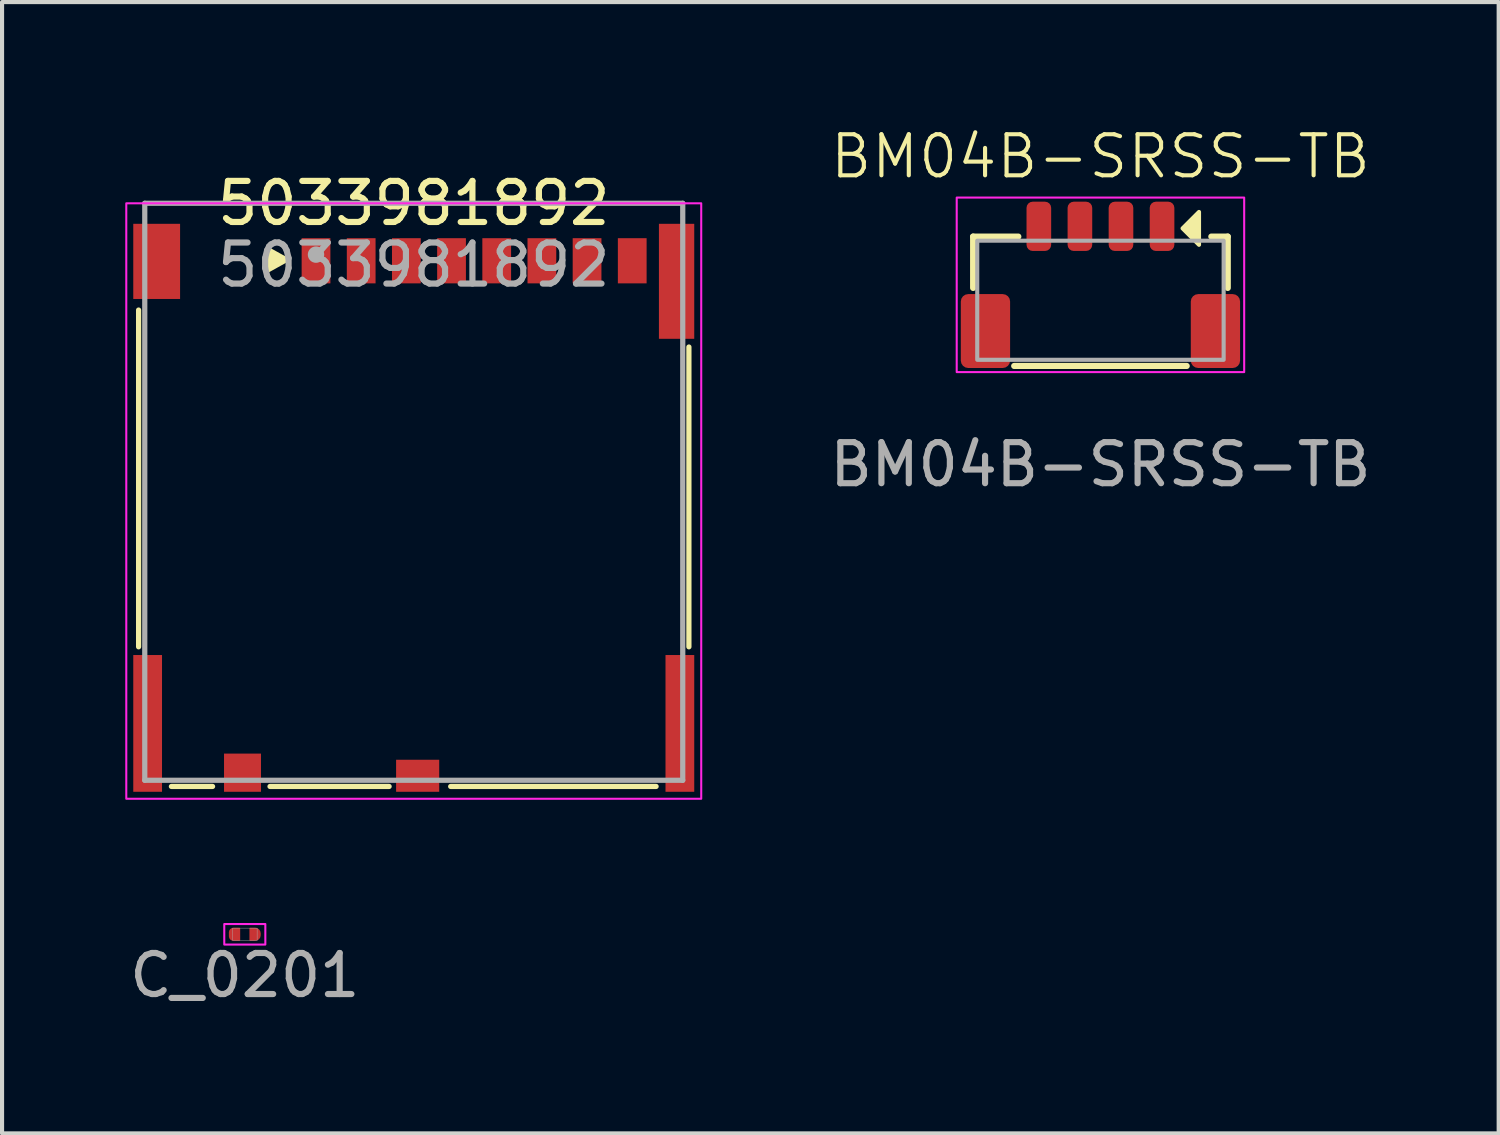
<source format=kicad_pcb>
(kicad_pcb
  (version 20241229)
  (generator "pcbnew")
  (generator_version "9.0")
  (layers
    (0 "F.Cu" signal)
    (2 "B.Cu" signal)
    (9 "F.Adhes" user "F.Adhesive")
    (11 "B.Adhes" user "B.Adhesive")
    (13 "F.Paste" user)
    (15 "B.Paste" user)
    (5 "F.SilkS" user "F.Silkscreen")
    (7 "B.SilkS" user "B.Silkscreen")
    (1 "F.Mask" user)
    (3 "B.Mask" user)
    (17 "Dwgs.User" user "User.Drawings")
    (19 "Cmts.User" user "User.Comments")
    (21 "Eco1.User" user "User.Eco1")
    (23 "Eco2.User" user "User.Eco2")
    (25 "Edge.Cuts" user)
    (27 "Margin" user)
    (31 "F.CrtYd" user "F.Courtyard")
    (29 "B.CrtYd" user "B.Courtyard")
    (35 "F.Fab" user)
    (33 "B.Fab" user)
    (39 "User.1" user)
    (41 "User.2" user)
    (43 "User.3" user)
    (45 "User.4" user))
  (footprint "C_0201"
    (layer "F.Cu")
    (at 2.911 19.7)
    (property "Reference" "C_0201" (at 0 1 0) (unlocked yes) (layer "F.SilkS") (effects (font (size 1 1) (thickness 0.1))))
    (attr smd)
    (fp_rect (start -0.5 -0.25) (end 0.5 0.25) (stroke (width 0.05) (type default)) (fill no) (layer "F.CrtYd"))
    (fp_rect (start -0.3 -0.15) (end 0.3 0.15) (stroke (width 0.01) (type solid)) (fill no) (layer "F.Fab"))
    (fp_text user "${REFERENCE}" (at 0 1 0) (unlocked yes) (layer "F.Fab") (effects (font (size 1 1) (thickness 0.15))))
    (pad "1" smd roundrect (at -0.25 0) (size 0.275 0.32) (layers "F.Cu" "F.Mask" "F.Paste") (roundrect_rratio 0.4) (chamfer_ratio 0.05) (chamfer top_right bottom_right))
    (pad "2" smd roundrect (at 0.25 0 180) (size 0.275 0.32) (layers "F.Cu" "F.Mask" "F.Paste") (roundrect_rratio 0.5) (chamfer_ratio 0.05) (chamfer top_right bottom_right)))
  (footprint "BM04B-SRSS-TB"
    (layer "F.Cu")
    (at 23.746 4.261)
    (property "Reference" "BM04B-SRSS-TB" (at 0 -3.5 0) (unlocked yes) (layer "F.SilkS") (effects (font (size 1 1) (thickness 0.1))))
    (attr smd)
    (fp_line (start -3.1 -1.55) (end -3.1 -0.3) (stroke (width 0.15) (type default)) (layer "F.SilkS"))
    (fp_line (start -2.1 1.6) (end 2.1 1.6) (stroke (width 0.15) (type default)) (layer "F.SilkS"))
    (fp_line (start -2 -1.55) (end -3.1 -1.55) (stroke (width 0.15) (type default)) (layer "F.SilkS"))
    (fp_line (start 2.7 -1.55) (end 3.1 -1.55) (stroke (width 0.15) (type default)) (layer "F.SilkS"))
    (fp_line (start 3.1 -1.55) (end 3.1 -0.3) (stroke (width 0.15) (type default)) (layer "F.SilkS"))
    (fp_poly (pts (xy 2.4 -2.15) (xy 2 -1.75) (xy 2.4 -1.35)) (stroke (width 0.1) (type solid)) (fill yes) (layer "F.SilkS"))
    (fp_rect (start -3.5 -2.5) (end 3.5 1.75) (stroke (width 0.05) (type default)) (fill no) (layer "F.CrtYd"))
    (fp_rect (start -3 -1.45) (end 3 1.45) (stroke (width 0.1) (type default)) (fill no) (layer "F.Fab"))
    (fp_text user "${REFERENCE}" (at 0 4 0) (unlocked yes) (layer "F.Fab") (effects (font (size 1 1) (thickness 0.15))))
    (pad "1" smd roundrect (at 1.5 -1.8) (size 0.6 1.2) (layers "F.Cu" "F.Mask" "F.Paste") (roundrect_rratio 0.25))
    (pad "2" smd roundrect (at 0.5 -1.8) (size 0.6 1.2) (layers "F.Cu" "F.Mask" "F.Paste") (roundrect_rratio 0.25))
    (pad "3" smd roundrect (at -0.5 -1.8) (size 0.6 1.2) (layers "F.Cu" "F.Mask" "F.Paste") (roundrect_rratio 0.25))
    (pad "4" smd roundrect (at -1.5 -1.8) (size 0.6 1.2) (layers "F.Cu" "F.Mask" "F.Paste") (roundrect_rratio 0.25))
    (pad "MP" smd roundrect (at -2.8 0.75) (size 1.2 1.8) (layers "F.Cu" "F.Mask" "F.Paste") (roundrect_rratio 0.15))
    (pad "MP" smd roundrect (at 2.8 0.75) (size 1.2 1.8) (layers "F.Cu" "F.Mask" "F.Paste") (roundrect_rratio 0.15)))
  (footprint "5033981892"
    (layer "F.Cu")
    (at 7.025 1.9)
    (property "Reference" "5033981892" (at 0 0 0) (layer "F.SilkS") (effects (font (size 1 1) (thickness 0.15))))
    (attr smd)
    (fp_line (start -6.7 2.6) (end -6.7 10.8) (stroke (width 0.127) (type solid)) (layer "F.SilkS"))
    (fp_line (start -5.901 14.2) (end -4.899 14.2) (stroke (width 0.127) (type solid)) (layer "F.SilkS"))
    (fp_line (start -3.5 14.2) (end -0.6 14.2) (stroke (width 0.127) (type solid)) (layer "F.SilkS"))
    (fp_line (start 0.899 14.2) (end 5.901 14.2) (stroke (width 0.127) (type solid)) (layer "F.SilkS"))
    (fp_line (start 6.7 10.8) (end 6.7 3.5) (stroke (width 0.127) (type solid)) (layer "F.SilkS"))
    (fp_poly (pts (xy -3.1 1.375) (xy -3.55 1.625) (xy -3.55 1.125)) (stroke (width 0.12) (type solid)) (fill yes) (layer "F.SilkS"))
    (fp_rect (start -7 0) (end 7 14.5) (stroke (width 0.05) (type default)) (fill no) (layer "F.CrtYd"))
    (fp_line (start -6.55 0) (end 6.55 0) (stroke (width 0.127) (type solid)) (layer "F.Fab"))
    (fp_line (start -6.55 14.05) (end -6.55 0) (stroke (width 0.127) (type solid)) (layer "F.Fab"))
    (fp_line (start 6.55 0) (end 6.55 14.05) (stroke (width 0.127) (type solid)) (layer "F.Fab"))
    (fp_line (start 6.55 14.05) (end -6.55 14.05) (stroke (width 0.127) (type solid)) (layer "F.Fab"))
    (fp_circle (center -2.38 1.25) (end -2.28 1.25) (stroke (width 0.2) (type solid)) (fill no) (layer "F.Fab"))
    (fp_rect (start 6.55 0) (end -4.5 -1.85) (stroke (width 0.1) (type solid)) (fill no) (layer "User.2"))
    (fp_text user "${REFERENCE}" (at 0 1.5 0) (layer "F.Fab") (effects (font (size 1 1) (thickness 0.15))))
    (pad "1" smd rect (at -2.38 1.4) (size 0.7 1.1) (layers "F.Cu" "F.Mask" "F.Paste"))
    (pad "2" smd rect (at -1.28 1.4) (size 0.7 1.1) (layers "F.Cu" "F.Mask" "F.Paste"))
    (pad "3" smd rect (at -0.18 1.4) (size 0.7 1.1) (layers "F.Cu" "F.Mask" "F.Paste"))
    (pad "4" smd rect (at 0.92 1.4) (size 0.7 1.1) (layers "F.Cu" "F.Mask" "F.Paste"))
    (pad "5" smd rect (at 2.02 1.4) (size 0.7 1.1) (layers "F.Cu" "F.Mask" "F.Paste"))
    (pad "6" smd rect (at 3.12 1.4) (size 0.7 1.1) (layers "F.Cu" "F.Mask" "F.Paste"))
    (pad "7" smd rect (at 4.22 1.4) (size 0.7 1.1) (layers "F.Cu" "F.Mask" "F.Paste"))
    (pad "8" smd rect (at 5.32 1.4) (size 0.7 1.1) (layers "F.Cu" "F.Mask" "F.Paste"))
    (pad "9" smd rect (at -4.17 13.865) (size 0.9 0.93) (layers "F.Cu" "F.Mask" "F.Paste"))
    (pad "10" smd rect (at 0.095 13.94) (size 1.05 0.78) (layers "F.Cu" "F.Mask" "F.Paste"))
    (pad "MP" smd rect (at -6.48 12.665) (size 0.7 3.33) (layers "F.Cu" "F.Mask" "F.Paste"))
    (pad "MP" smd rect (at -6.26 1.415) (size 1.14 1.83) (layers "F.Cu" "F.Mask" "F.Paste"))
    (pad "MP" smd rect (at 6.4 1.9) (size 0.86 2.8) (layers "F.Cu" "F.Mask" "F.Paste"))
    (pad "MP" smd rect (at 6.48 12.665) (size 0.7 3.33) (layers "F.Cu" "F.Mask" "F.Paste"))
    (zone (net_name "") (layer "F.Cu") (hatch full 0.508) (connect_pads) (min_thickness 0.01) (filled_areas_thickness no) (keepout (tracks not_allowed) (vias not_allowed) (pads not_allowed) (copperpour not_allowed) (footprints allowed)) (placement (enabled no)) (fill) (polygon (pts (xy 0.189 7.8) (xy 0.895 7.8) (xy 0.895 10.201) (xy 0.189 10.201))))
    (zone (net_name "") (layer "F.Cu") (hatch full 0.508) (connect_pads) (min_thickness 0.01) (filled_areas_thickness no) (keepout (tracks not_allowed) (vias not_allowed) (pads not_allowed) (copperpour not_allowed) (footprints allowed)) (placement (enabled no)) (fill) (polygon (pts (xy 1.78 13.5) (xy 2.34 13.5) (xy 2.34 15.663) (xy 1.78 15.663))))
    (zone (net_name "") (layer "F.Cu") (hatch full 0.508) (connect_pads) (min_thickness 0.01) (filled_areas_thickness no) (keepout (tracks not_allowed) (vias not_allowed) (pads not_allowed) (copperpour not_allowed) (footprints allowed)) (placement (enabled no)) (fill) (polygon (pts (xy 3.802 15.3) (xy 4.355 15.3) (xy 4.355 15.855) (xy 3.802 15.855))))
    (zone (net_name "") (layer "F.Cu") (hatch full 0.5) (connect_pads) (min_thickness 0.0001) (filled_areas_thickness no) (keepout (tracks not_allowed) (vias not_allowed) (pads not_allowed) (copperpour not_allowed) (footprints allowed)) (placement (enabled no)) (fill) (polygon (pts (xy 3.855 5.2) (xy 3.855 10.2) (xy 3.205 10.2) (xy 3.205 12.8) (xy 7.595 12.8) (xy 7.595 14.05) (xy 5.295 14.05) (xy 5.295 16.23) (xy 6.595 16.23) (xy 6.595 15.45) (xy 13.155 15.45) (xy 13.155 12.9) (xy 13.855 12.9) (xy 13.855 5.2))))
    (zone (net_name "") (layers "F.Cu" "B.Cu") (hatch full 0.508) (connect_pads) (min_thickness 0.01) (filled_areas_thickness no) (keepout (tracks allowed) (vias not_allowed) (pads allowed) (copperpour allowed) (footprints allowed)) (placement (enabled no)) (fill) (polygon (pts (xy 0.183 7.8) (xy 0.895 7.8) (xy 0.895 10.202) (xy 0.183 10.202))))
    (zone (net_name "") (layers "F.Cu" "B.Cu") (hatch full 0.508) (connect_pads) (min_thickness 0.01) (filled_areas_thickness no) (keepout (tracks allowed) (vias not_allowed) (pads allowed) (copperpour allowed) (footprints allowed)) (placement (enabled no)) (fill) (polygon (pts (xy 1.786 13.5) (xy 2.34 13.5) (xy 2.34 15.655) (xy 1.786 15.655))))
    (zone (net_name "") (layers "F.Cu" "B.Cu") (hatch full 0.508) (connect_pads) (min_thickness 0.01) (filled_areas_thickness no) (keepout (tracks allowed) (vias not_allowed) (pads allowed) (copperpour allowed) (footprints allowed)) (placement (enabled no)) (fill) (polygon (pts (xy 3.8 15.3) (xy 4.355 15.3) (xy 4.355 15.862) (xy 3.8 15.862)))))
  (gr_rect
    (start -3 -3)
    (end 33.443 24.548)
    (stroke (width 0.1) (type default))
    (fill no)
    (layer "Edge.Cuts")))
</source>
